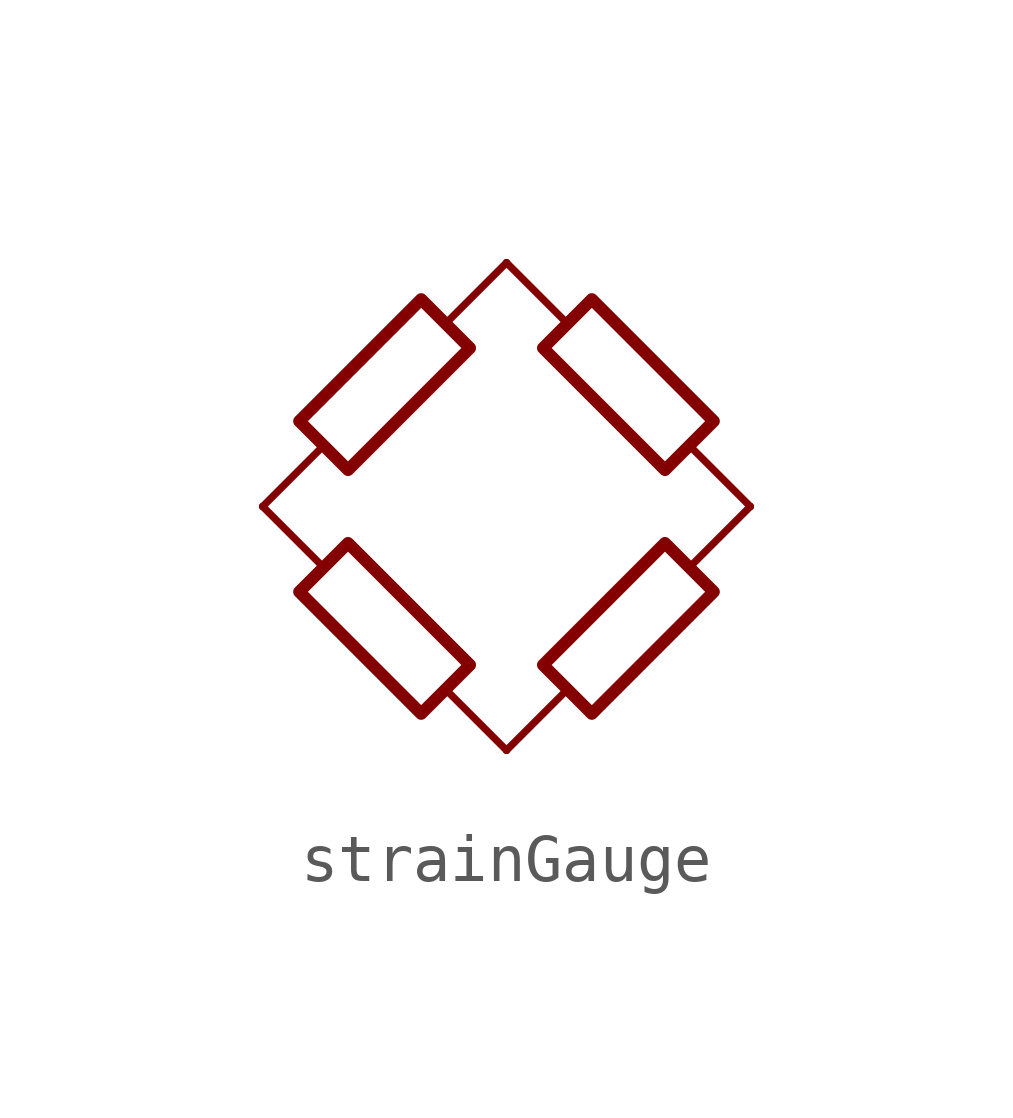
<source format=kicad_sym>
(kicad_symbol_lib
  (version 20241209)
  (generator "kicad_symbol_editor")
  (generator_version "9.0")
  (symbol "strainGauge"
    (pin_numbers
      (hide yes))
    (pin_names
      (offset 0))
    (property "Reference" "R3"
      (at 4.572 6.604 0)
      (effects (font (size 1.27 1.27)) (hide yes)))
    (symbol "strainGauge_0_1"
      (polyline (pts (xy -5.08 0) (xy -3.81 1.27)) (stroke (width 0) (type default)) (fill (type none)))
      (polyline (pts (xy -5.08 0) (xy -3.81 -1.27)) (stroke (width 0) (type default)) (fill (type none)))
      (polyline (pts (xy -1.27 3.81) (xy 0 5.08)) (stroke (width 0) (type default)) (fill (type none)))
      (polyline (pts (xy -1.27 -3.81) (xy 0 -5.08)) (stroke (width 0) (type default)) (fill (type none)))
      (polyline (pts (xy 0 5.08) (xy 1.27 3.81)) (stroke (width 0) (type default)) (fill (type none)))
      (polyline (pts (xy 0 -5.08) (xy 1.27 -3.81)) (stroke (width 0) (type default)) (fill (type none)))
      (polyline (pts (xy 3.81 1.27) (xy 5.08 0)) (stroke (width 0) (type default)) (fill (type none)))
      (polyline (pts (xy 3.81 -1.27) (xy 5.08 0)) (stroke (width 0) (type default)) (fill (type none))))
    (symbol "strainGauge_1_1"
      (polyline (pts (xy -4.318 -1.778) (xy -1.778 -4.318) (xy -0.762 -3.302) (xy -3.302 -0.762) (xy -4.318 -1.778)) (stroke (width 0.254) (type default)) (fill (type none)))
      (polyline (pts (xy -3.302 0.762) (xy -0.762 3.302) (xy -1.778 4.318) (xy -4.318 1.778) (xy -3.302 0.762)) (stroke (width 0.254) (type default)) (fill (type none)))
      (polyline (pts (xy 0.762 3.302) (xy 3.302 0.762) (xy 4.318 1.778) (xy 1.778 4.318) (xy 0.762 3.302)) (stroke (width 0.254) (type default)) (fill (type none)))
      (polyline (pts (xy 1.778 -4.318) (xy 4.318 -1.778) (xy 3.302 -0.762) (xy 0.762 -3.302) (xy 1.778 -4.318)) (stroke (width 0.254) (type default)) (fill (type none)))
      (pin passive line (at -5.08 0 0) (length 0) (name "~" (effects (font (size 1.27 1.27)))) (number "4" (effects (font (size 1.27 1.27)))))
      (pin passive line (at 0 5.08 0) (length 0) (name "~" (effects (font (size 1.27 1.27)))) (number "1" (effects (font (size 1.27 1.27)))))
      (pin passive line (at 0 -5.08 0) (length 0) (name "~" (effects (font (size 1.27 1.27)))) (number "3" (effects (font (size 1.27 1.27)))))
      (pin passive line (at 5.08 0 180) (length 0) (name "~" (effects (font (size 1.27 1.27)))) (number "2" (effects (font (size 1.27 1.27))))))))
</source>
